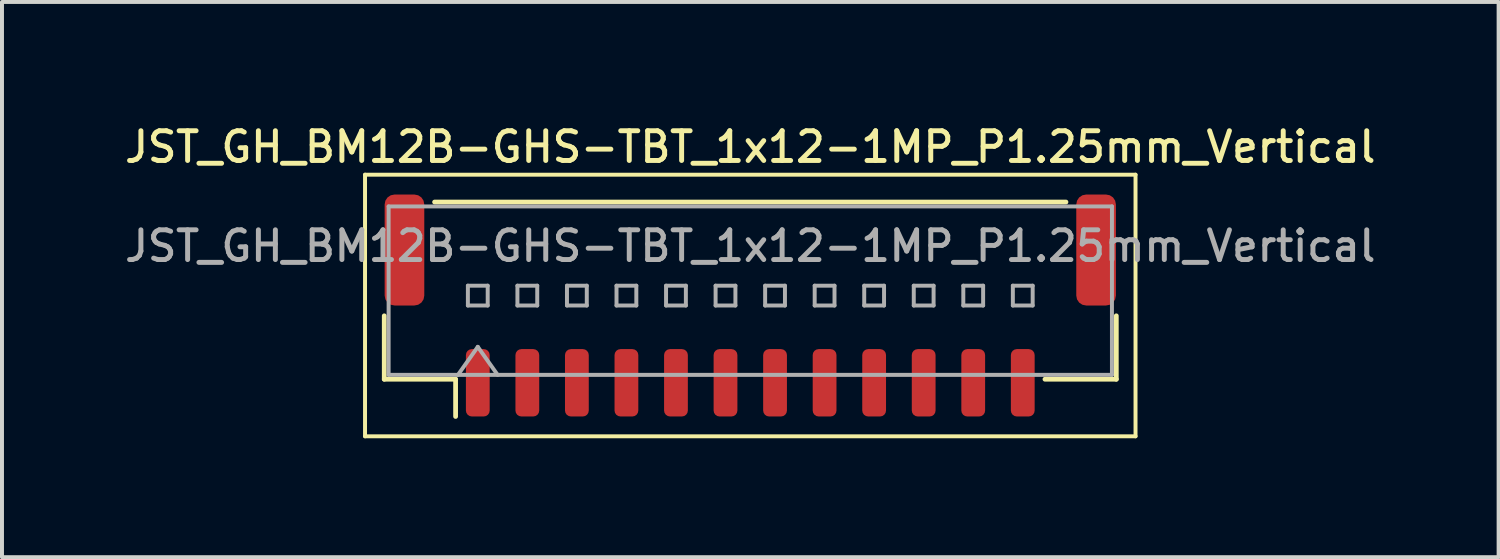
<source format=kicad_pcb>
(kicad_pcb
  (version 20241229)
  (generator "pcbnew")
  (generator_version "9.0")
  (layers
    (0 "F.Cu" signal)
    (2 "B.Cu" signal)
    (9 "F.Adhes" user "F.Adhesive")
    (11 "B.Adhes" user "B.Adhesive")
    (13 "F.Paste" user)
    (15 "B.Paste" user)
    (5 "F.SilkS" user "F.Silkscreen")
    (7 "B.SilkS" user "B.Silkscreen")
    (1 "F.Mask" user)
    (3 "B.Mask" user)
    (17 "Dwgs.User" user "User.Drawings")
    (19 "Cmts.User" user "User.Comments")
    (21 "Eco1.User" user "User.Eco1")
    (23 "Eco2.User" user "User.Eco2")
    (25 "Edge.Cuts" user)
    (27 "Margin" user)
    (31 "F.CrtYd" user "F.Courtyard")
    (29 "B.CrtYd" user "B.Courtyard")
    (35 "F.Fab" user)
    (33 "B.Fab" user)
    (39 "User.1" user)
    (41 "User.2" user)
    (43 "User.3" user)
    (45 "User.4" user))
  (footprint "JST_GH_BM12B-GHS-TBT_1x12-1MP_P1.25mm_Vertical"
    (layer "F.Cu")
    (at 15.88 4.658)
    (property "Reference" "JST_GH_BM12B-GHS-TBT_1x12-1MP_P1.25mm_Vertical" (at 0 -4 0) (layer "F.SilkS") (effects (font (size 0.75 0.75) (thickness 0.125))))
    (attr smd)
    (fp_line (start -9.72 -3.3) (end -9.72 3.3) (stroke (width 0.1) (type solid)) (layer "F.SilkS"))
    (fp_line (start -9.72 3.3) (end 9.72 3.3) (stroke (width 0.1) (type solid)) (layer "F.SilkS"))
    (fp_line (start -9.235 0.26) (end -9.235 1.86) (stroke (width 0.12) (type solid)) (layer "F.SilkS"))
    (fp_line (start -9.235 1.86) (end -7.435 1.86) (stroke (width 0.12) (type solid)) (layer "F.SilkS"))
    (fp_line (start -7.965 -2.61) (end 7.965 -2.61) (stroke (width 0.12) (type solid)) (layer "F.SilkS"))
    (fp_line (start -7.435 1.86) (end -7.435 2.8) (stroke (width 0.12) (type solid)) (layer "F.SilkS"))
    (fp_line (start 9.235 0.26) (end 9.235 1.86) (stroke (width 0.12) (type solid)) (layer "F.SilkS"))
    (fp_line (start 9.235 1.86) (end 7.435 1.86) (stroke (width 0.12) (type solid)) (layer "F.SilkS"))
    (fp_line (start 9.72 -3.3) (end -9.72 -3.3) (stroke (width 0.1) (type solid)) (layer "F.SilkS"))
    (fp_line (start 9.72 3.3) (end 9.72 -3.3) (stroke (width 0.1) (type solid)) (layer "F.SilkS"))
    (fp_line (start -9.125 -2.5) (end 9.125 -2.5) (stroke (width 0.1) (type solid)) (layer "F.Fab"))
    (fp_line (start -9.125 1.75) (end -9.125 -2.5) (stroke (width 0.1) (type solid)) (layer "F.Fab"))
    (fp_line (start -9.125 1.75) (end 9.125 1.75) (stroke (width 0.1) (type solid)) (layer "F.Fab"))
    (fp_line (start -7.375 1.75) (end -6.875 1.043) (stroke (width 0.1) (type solid)) (layer "F.Fab"))
    (fp_line (start -7.125 -0.5) (end -7.125 0) (stroke (width 0.1) (type solid)) (layer "F.Fab"))
    (fp_line (start -7.125 0) (end -6.625 0) (stroke (width 0.1) (type solid)) (layer "F.Fab"))
    (fp_line (start -6.875 1.043) (end -6.375 1.75) (stroke (width 0.1) (type solid)) (layer "F.Fab"))
    (fp_line (start -6.625 -0.5) (end -7.125 -0.5) (stroke (width 0.1) (type solid)) (layer "F.Fab"))
    (fp_line (start -6.625 0) (end -6.625 -0.5) (stroke (width 0.1) (type solid)) (layer "F.Fab"))
    (fp_line (start -5.875 -0.5) (end -5.875 0) (stroke (width 0.1) (type solid)) (layer "F.Fab"))
    (fp_line (start -5.875 0) (end -5.375 0) (stroke (width 0.1) (type solid)) (layer "F.Fab"))
    (fp_line (start -5.375 -0.5) (end -5.875 -0.5) (stroke (width 0.1) (type solid)) (layer "F.Fab"))
    (fp_line (start -5.375 0) (end -5.375 -0.5) (stroke (width 0.1) (type solid)) (layer "F.Fab"))
    (fp_line (start -4.625 -0.5) (end -4.625 0) (stroke (width 0.1) (type solid)) (layer "F.Fab"))
    (fp_line (start -4.625 0) (end -4.125 0) (stroke (width 0.1) (type solid)) (layer "F.Fab"))
    (fp_line (start -4.125 -0.5) (end -4.625 -0.5) (stroke (width 0.1) (type solid)) (layer "F.Fab"))
    (fp_line (start -4.125 0) (end -4.125 -0.5) (stroke (width 0.1) (type solid)) (layer "F.Fab"))
    (fp_line (start -3.375 -0.5) (end -3.375 0) (stroke (width 0.1) (type solid)) (layer "F.Fab"))
    (fp_line (start -3.375 0) (end -2.875 0) (stroke (width 0.1) (type solid)) (layer "F.Fab"))
    (fp_line (start -2.875 -0.5) (end -3.375 -0.5) (stroke (width 0.1) (type solid)) (layer "F.Fab"))
    (fp_line (start -2.875 0) (end -2.875 -0.5) (stroke (width 0.1) (type solid)) (layer "F.Fab"))
    (fp_line (start -2.125 -0.5) (end -2.125 0) (stroke (width 0.1) (type solid)) (layer "F.Fab"))
    (fp_line (start -2.125 0) (end -1.625 0) (stroke (width 0.1) (type solid)) (layer "F.Fab"))
    (fp_line (start -1.625 -0.5) (end -2.125 -0.5) (stroke (width 0.1) (type solid)) (layer "F.Fab"))
    (fp_line (start -1.625 0) (end -1.625 -0.5) (stroke (width 0.1) (type solid)) (layer "F.Fab"))
    (fp_line (start -0.875 -0.5) (end -0.875 0) (stroke (width 0.1) (type solid)) (layer "F.Fab"))
    (fp_line (start -0.875 0) (end -0.375 0) (stroke (width 0.1) (type solid)) (layer "F.Fab"))
    (fp_line (start -0.375 -0.5) (end -0.875 -0.5) (stroke (width 0.1) (type solid)) (layer "F.Fab"))
    (fp_line (start -0.375 0) (end -0.375 -0.5) (stroke (width 0.1) (type solid)) (layer "F.Fab"))
    (fp_line (start 0.375 -0.5) (end 0.375 0) (stroke (width 0.1) (type solid)) (layer "F.Fab"))
    (fp_line (start 0.375 0) (end 0.875 0) (stroke (width 0.1) (type solid)) (layer "F.Fab"))
    (fp_line (start 0.875 -0.5) (end 0.375 -0.5) (stroke (width 0.1) (type solid)) (layer "F.Fab"))
    (fp_line (start 0.875 0) (end 0.875 -0.5) (stroke (width 0.1) (type solid)) (layer "F.Fab"))
    (fp_line (start 1.625 -0.5) (end 1.625 0) (stroke (width 0.1) (type solid)) (layer "F.Fab"))
    (fp_line (start 1.625 0) (end 2.125 0) (stroke (width 0.1) (type solid)) (layer "F.Fab"))
    (fp_line (start 2.125 -0.5) (end 1.625 -0.5) (stroke (width 0.1) (type solid)) (layer "F.Fab"))
    (fp_line (start 2.125 0) (end 2.125 -0.5) (stroke (width 0.1) (type solid)) (layer "F.Fab"))
    (fp_line (start 2.875 -0.5) (end 2.875 0) (stroke (width 0.1) (type solid)) (layer "F.Fab"))
    (fp_line (start 2.875 0) (end 3.375 0) (stroke (width 0.1) (type solid)) (layer "F.Fab"))
    (fp_line (start 3.375 -0.5) (end 2.875 -0.5) (stroke (width 0.1) (type solid)) (layer "F.Fab"))
    (fp_line (start 3.375 0) (end 3.375 -0.5) (stroke (width 0.1) (type solid)) (layer "F.Fab"))
    (fp_line (start 4.125 -0.5) (end 4.125 0) (stroke (width 0.1) (type solid)) (layer "F.Fab"))
    (fp_line (start 4.125 0) (end 4.625 0) (stroke (width 0.1) (type solid)) (layer "F.Fab"))
    (fp_line (start 4.625 -0.5) (end 4.125 -0.5) (stroke (width 0.1) (type solid)) (layer "F.Fab"))
    (fp_line (start 4.625 0) (end 4.625 -0.5) (stroke (width 0.1) (type solid)) (layer "F.Fab"))
    (fp_line (start 5.375 -0.5) (end 5.375 0) (stroke (width 0.1) (type solid)) (layer "F.Fab"))
    (fp_line (start 5.375 0) (end 5.875 0) (stroke (width 0.1) (type solid)) (layer "F.Fab"))
    (fp_line (start 5.875 -0.5) (end 5.375 -0.5) (stroke (width 0.1) (type solid)) (layer "F.Fab"))
    (fp_line (start 5.875 0) (end 5.875 -0.5) (stroke (width 0.1) (type solid)) (layer "F.Fab"))
    (fp_line (start 6.625 -0.5) (end 6.625 0) (stroke (width 0.1) (type solid)) (layer "F.Fab"))
    (fp_line (start 6.625 0) (end 7.125 0) (stroke (width 0.1) (type solid)) (layer "F.Fab"))
    (fp_line (start 7.125 -0.5) (end 6.625 -0.5) (stroke (width 0.1) (type solid)) (layer "F.Fab"))
    (fp_line (start 7.125 0) (end 7.125 -0.5) (stroke (width 0.1) (type solid)) (layer "F.Fab"))
    (fp_line (start 9.125 1.75) (end 9.125 -2.5) (stroke (width 0.1) (type solid)) (layer "F.Fab"))
    (fp_text user "${REFERENCE}" (at 0 -1.5 0) (layer "F.Fab") (effects (font (size 0.75 0.75) (thickness 0.125))))
    (pad "1" smd roundrect (at -6.875 1.95) (size 0.6 1.7) (layers "F.Cu" "F.Mask" "F.Paste") (roundrect_rratio 0.25))
    (pad "2" smd roundrect (at -5.625 1.95) (size 0.6 1.7) (layers "F.Cu" "F.Mask" "F.Paste") (roundrect_rratio 0.25))
    (pad "3" smd roundrect (at -4.375 1.95) (size 0.6 1.7) (layers "F.Cu" "F.Mask" "F.Paste") (roundrect_rratio 0.25))
    (pad "4" smd roundrect (at -3.125 1.95) (size 0.6 1.7) (layers "F.Cu" "F.Mask" "F.Paste") (roundrect_rratio 0.25))
    (pad "5" smd roundrect (at -1.875 1.95) (size 0.6 1.7) (layers "F.Cu" "F.Mask" "F.Paste") (roundrect_rratio 0.25))
    (pad "6" smd roundrect (at -0.625 1.95) (size 0.6 1.7) (layers "F.Cu" "F.Mask" "F.Paste") (roundrect_rratio 0.25))
    (pad "7" smd roundrect (at 0.625 1.95) (size 0.6 1.7) (layers "F.Cu" "F.Mask" "F.Paste") (roundrect_rratio 0.25))
    (pad "8" smd roundrect (at 1.875 1.95) (size 0.6 1.7) (layers "F.Cu" "F.Mask" "F.Paste") (roundrect_rratio 0.25))
    (pad "9" smd roundrect (at 3.125 1.95) (size 0.6 1.7) (layers "F.Cu" "F.Mask" "F.Paste") (roundrect_rratio 0.25))
    (pad "10" smd roundrect (at 4.375 1.95) (size 0.6 1.7) (layers "F.Cu" "F.Mask" "F.Paste") (roundrect_rratio 0.25))
    (pad "11" smd roundrect (at 5.625 1.95) (size 0.6 1.7) (layers "F.Cu" "F.Mask" "F.Paste") (roundrect_rratio 0.25))
    (pad "12" smd roundrect (at 6.875 1.95) (size 0.6 1.7) (layers "F.Cu" "F.Mask" "F.Paste") (roundrect_rratio 0.25))
    (pad "MP" smd roundrect (at -8.725 -1.4) (size 1 2.8) (layers "F.Cu" "F.Mask" "F.Paste") (roundrect_rratio 0.25))
    (pad "MP" smd roundrect (at 8.725 -1.4) (size 1 2.8) (layers "F.Cu" "F.Mask" "F.Paste") (roundrect_rratio 0.25)))
  (gr_rect
    (start -3 -3)
    (end 34.761 11.008)
    (stroke (width 0.1) (type default))
    (fill no)
    (layer "Edge.Cuts")))
</source>
